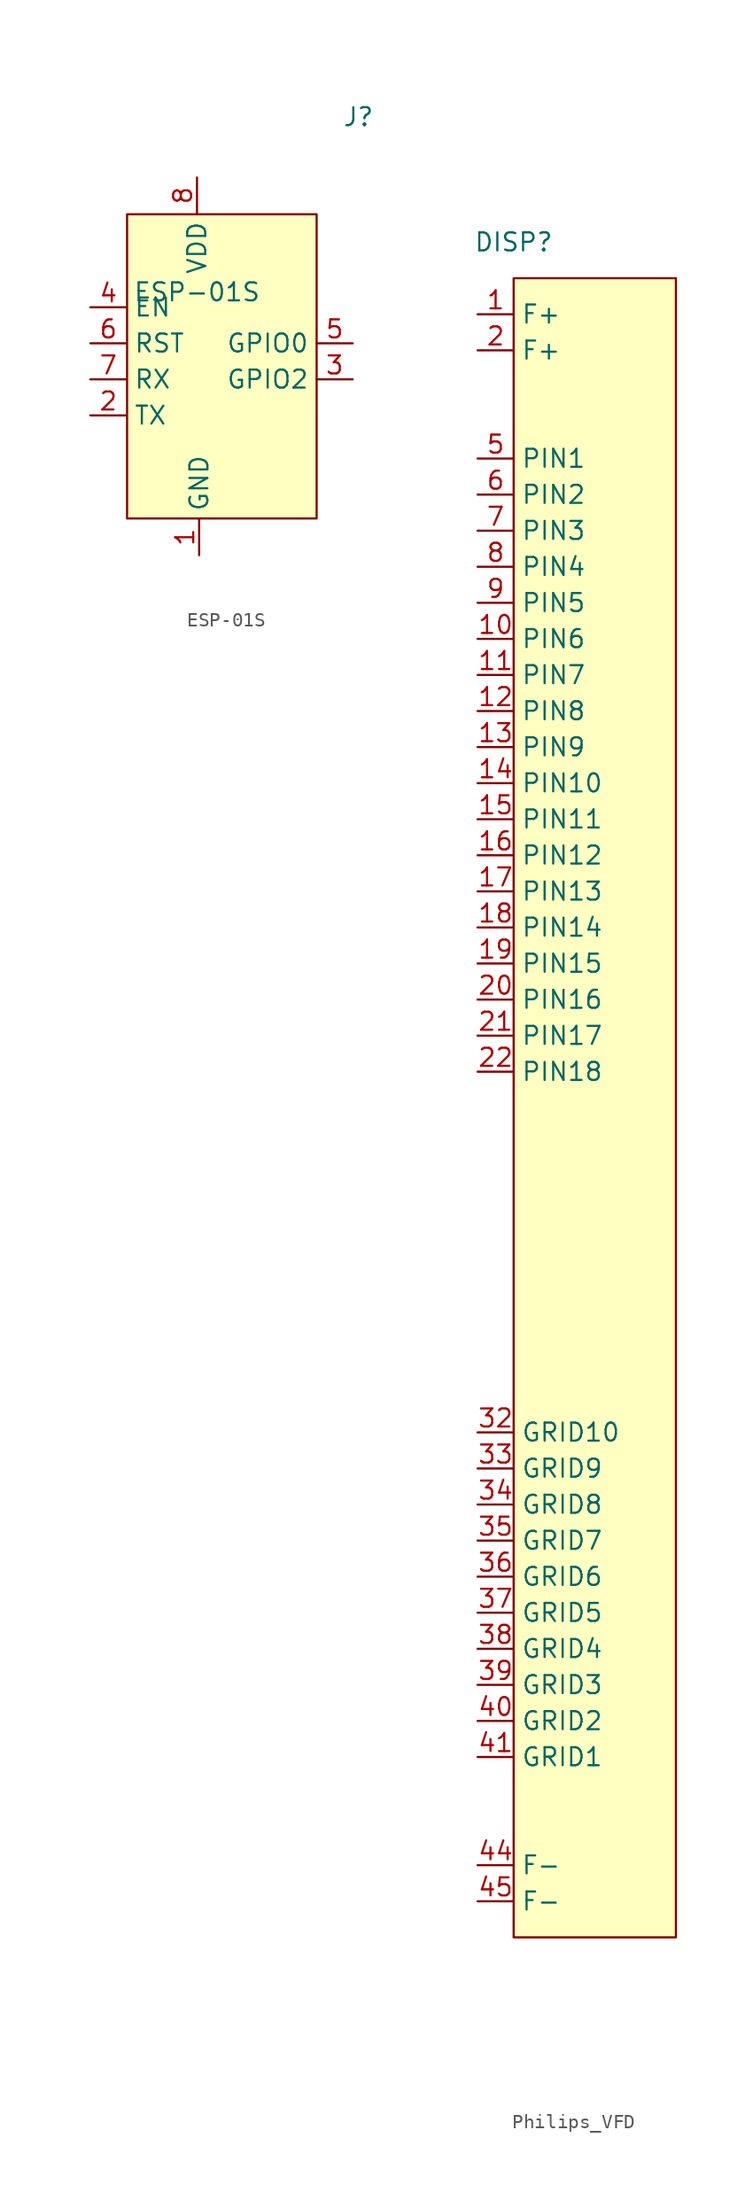
<source format=kicad_sym>
(kicad_symbol_lib
  (version 20231120)
  (generator "kicad_symbol_editor")
  (generator_version "8.0")
  (symbol "ESP-01S"
    (property "Reference" "J"
      (at 11.379 12.344 0)
      (effects (font (size 1.27 1.27))))
    (property "Value" "ESP-01S"
      (at 0 0 0)
      (effects (font (size 1.27 1.27))))
    (symbol "ESP-01S_1_1"
      (rectangle (start -4.928 5.486) (end 8.433 -15.951) (stroke (width 0) (type default)) (fill (type background)))
      (pin input line (at 0.152 -18.542 90) (length 2.54) (name "GND" (effects (font (size 1.27 1.27)))) (number "1" (effects (font (size 1.27 1.27)))))
      (pin input line (at -7.518 -8.687 0) (length 2.54) (name "TX" (effects (font (size 1.27 1.27)))) (number "2" (effects (font (size 1.27 1.27)))))
      (pin input line (at 10.973 -6.147 180) (length 2.54) (name "GPIO2" (effects (font (size 1.27 1.27)))) (number "3" (effects (font (size 1.27 1.27)))))
      (pin input line (at -7.518 -1.067 0) (length 2.54) (name "EN" (effects (font (size 1.27 1.27)))) (number "4" (effects (font (size 1.27 1.27)))))
      (pin input line (at 10.973 -3.607 180) (length 2.54) (name "GPIO0" (effects (font (size 1.27 1.27)))) (number "5" (effects (font (size 1.27 1.27)))))
      (pin input line (at -7.518 -3.607 0) (length 2.54) (name "RST" (effects (font (size 1.27 1.27)))) (number "6" (effects (font (size 1.27 1.27)))))
      (pin input line (at -7.518 -6.147 0) (length 2.54) (name "RX" (effects (font (size 1.27 1.27)))) (number "7" (effects (font (size 1.27 1.27)))))
      (pin input line (at 0 8.077 270) (length 2.54) (name "VDD" (effects (font (size 1.27 1.27)))) (number "8" (effects (font (size 1.27 1.27)))))))
  (symbol "Philips_VFD"
    (property "Reference" "DISP"
      (at 0 2.54 0)
      (effects (font (size 1.27 1.27))))
    (property "Value" ""
      (at 0 0 0)
      (effects (font (size 1.27 1.27))))
    (symbol "Philips_VFD_1_1"
      (rectangle (start 0 0) (end 11.43 -116.84) (stroke (width 0) (type default)) (fill (type background)))
      (pin input line (at -2.54 -2.54 0) (length 2.54) (name "F+" (effects (font (size 1.27 1.27)))) (number "1" (effects (font (size 1.27 1.27)))))
      (pin input line (at -2.54 -25.4 0) (length 2.54) (name "PIN6" (effects (font (size 1.27 1.27)))) (number "10" (effects (font (size 1.27 1.27)))))
      (pin input line (at -2.54 -27.94 0) (length 2.54) (name "PIN7" (effects (font (size 1.27 1.27)))) (number "11" (effects (font (size 1.27 1.27)))))
      (pin input line (at -2.54 -30.48 0) (length 2.54) (name "PIN8" (effects (font (size 1.27 1.27)))) (number "12" (effects (font (size 1.27 1.27)))))
      (pin input line (at -2.54 -33.02 0) (length 2.54) (name "PIN9" (effects (font (size 1.27 1.27)))) (number "13" (effects (font (size 1.27 1.27)))))
      (pin input line (at -2.54 -35.56 0) (length 2.54) (name "PIN10" (effects (font (size 1.27 1.27)))) (number "14" (effects (font (size 1.27 1.27)))))
      (pin input line (at -2.54 -38.1 0) (length 2.54) (name "PIN11" (effects (font (size 1.27 1.27)))) (number "15" (effects (font (size 1.27 1.27)))))
      (pin input line (at -2.54 -40.64 0) (length 2.54) (name "PIN12" (effects (font (size 1.27 1.27)))) (number "16" (effects (font (size 1.27 1.27)))))
      (pin input line (at -2.54 -43.18 0) (length 2.54) (name "PIN13" (effects (font (size 1.27 1.27)))) (number "17" (effects (font (size 1.27 1.27)))))
      (pin input line (at -2.54 -45.72 0) (length 2.54) (name "PIN14" (effects (font (size 1.27 1.27)))) (number "18" (effects (font (size 1.27 1.27)))))
      (pin input line (at -2.54 -48.26 0) (length 2.54) (name "PIN15" (effects (font (size 1.27 1.27)))) (number "19" (effects (font (size 1.27 1.27)))))
      (pin input line (at -2.54 -5.08 0) (length 2.54) (name "F+" (effects (font (size 1.27 1.27)))) (number "2" (effects (font (size 1.27 1.27)))))
      (pin input line (at -2.54 -50.8 0) (length 2.54) (name "PIN16" (effects (font (size 1.27 1.27)))) (number "20" (effects (font (size 1.27 1.27)))))
      (pin input line (at -2.54 -53.34 0) (length 2.54) (name "PIN17" (effects (font (size 1.27 1.27)))) (number "21" (effects (font (size 1.27 1.27)))))
      (pin input line (at -2.54 -55.88 0) (length 2.54) (name "PIN18" (effects (font (size 1.27 1.27)))) (number "22" (effects (font (size 1.27 1.27)))))
      (pin no_connect line (at -2.54 -58.42 0) (length 2.54) hide (name "NC" (effects (font (size 1.27 1.27)))) (number "23" (effects (font (size 1.27 1.27)))))
      (pin no_connect line (at -2.54 -60.96 0) (length 2.54) hide (name "NC" (effects (font (size 1.27 1.27)))) (number "24" (effects (font (size 1.27 1.27)))))
      (pin no_connect line (at -2.54 -63.5 0) (length 2.54) hide (name "NC" (effects (font (size 1.27 1.27)))) (number "25" (effects (font (size 1.27 1.27)))))
      (pin no_connect line (at -2.54 -66.04 0) (length 2.54) hide (name "NC" (effects (font (size 1.27 1.27)))) (number "26" (effects (font (size 1.27 1.27)))))
      (pin no_connect line (at -2.54 -68.58 0) (length 2.54) hide (name "NC" (effects (font (size 1.27 1.27)))) (number "27" (effects (font (size 1.27 1.27)))))
      (pin no_connect line (at -2.54 -71.12 0) (length 2.54) hide (name "NC" (effects (font (size 1.27 1.27)))) (number "28" (effects (font (size 1.27 1.27)))))
      (pin no_connect line (at -2.54 -73.66 0) (length 2.54) hide (name "NC" (effects (font (size 1.27 1.27)))) (number "29" (effects (font (size 1.27 1.27)))))
      (pin no_connect line (at -2.54 -7.62 0) (length 2.54) hide (name "NC" (effects (font (size 1.27 1.27)))) (number "3" (effects (font (size 1.27 1.27)))))
      (pin no_connect line (at -2.54 -76.2 0) (length 2.54) hide (name "NC" (effects (font (size 1.27 1.27)))) (number "30" (effects (font (size 1.27 1.27)))))
      (pin no_connect line (at -2.54 -78.74 0) (length 2.54) hide (name "NC" (effects (font (size 1.27 1.27)))) (number "31" (effects (font (size 1.27 1.27)))))
      (pin input line (at -2.54 -81.28 0) (length 2.54) (name "GRID10" (effects (font (size 1.27 1.27)))) (number "32" (effects (font (size 1.27 1.27)))))
      (pin input line (at -2.54 -83.82 0) (length 2.54) (name "GRID9" (effects (font (size 1.27 1.27)))) (number "33" (effects (font (size 1.27 1.27)))))
      (pin input line (at -2.54 -86.36 0) (length 2.54) (name "GRID8" (effects (font (size 1.27 1.27)))) (number "34" (effects (font (size 1.27 1.27)))))
      (pin input line (at -2.54 -88.9 0) (length 2.54) (name "GRID7" (effects (font (size 1.27 1.27)))) (number "35" (effects (font (size 1.27 1.27)))))
      (pin input line (at -2.54 -91.44 0) (length 2.54) (name "GRID6" (effects (font (size 1.27 1.27)))) (number "36" (effects (font (size 1.27 1.27)))))
      (pin input line (at -2.54 -93.98 0) (length 2.54) (name "GRID5" (effects (font (size 1.27 1.27)))) (number "37" (effects (font (size 1.27 1.27)))))
      (pin input line (at -2.54 -96.52 0) (length 2.54) (name "GRID4" (effects (font (size 1.27 1.27)))) (number "38" (effects (font (size 1.27 1.27)))))
      (pin input line (at -2.54 -99.06 0) (length 2.54) (name "GRID3" (effects (font (size 1.27 1.27)))) (number "39" (effects (font (size 1.27 1.27)))))
      (pin no_connect line (at -2.54 -10.16 0) (length 2.54) hide (name "NC" (effects (font (size 1.27 1.27)))) (number "4" (effects (font (size 1.27 1.27)))))
      (pin input line (at -2.54 -101.6 0) (length 2.54) (name "GRID2" (effects (font (size 1.27 1.27)))) (number "40" (effects (font (size 1.27 1.27)))))
      (pin input line (at -2.54 -104.14 0) (length 2.54) (name "GRID1" (effects (font (size 1.27 1.27)))) (number "41" (effects (font (size 1.27 1.27)))))
      (pin no_connect line (at -2.54 -106.68 0) (length 2.54) hide (name "NC" (effects (font (size 1.27 1.27)))) (number "42" (effects (font (size 1.27 1.27)))))
      (pin no_connect line (at -2.54 -109.22 0) (length 2.54) hide (name "NC" (effects (font (size 1.27 1.27)))) (number "43" (effects (font (size 1.27 1.27)))))
      (pin input line (at -2.54 -111.76 0) (length 2.54) (name "F-" (effects (font (size 1.27 1.27)))) (number "44" (effects (font (size 1.27 1.27)))))
      (pin input line (at -2.54 -114.3 0) (length 2.54) (name "F-" (effects (font (size 1.27 1.27)))) (number "45" (effects (font (size 1.27 1.27)))))
      (pin input line (at -2.54 -12.7 0) (length 2.54) (name "PIN1" (effects (font (size 1.27 1.27)))) (number "5" (effects (font (size 1.27 1.27)))))
      (pin input line (at -2.54 -15.24 0) (length 2.54) (name "PIN2" (effects (font (size 1.27 1.27)))) (number "6" (effects (font (size 1.27 1.27)))))
      (pin input line (at -2.54 -17.78 0) (length 2.54) (name "PIN3" (effects (font (size 1.27 1.27)))) (number "7" (effects (font (size 1.27 1.27)))))
      (pin input line (at -2.54 -20.32 0) (length 2.54) (name "PIN4" (effects (font (size 1.27 1.27)))) (number "8" (effects (font (size 1.27 1.27)))))
      (pin input line (at -2.54 -22.86 0) (length 2.54) (name "PIN5" (effects (font (size 1.27 1.27)))) (number "9" (effects (font (size 1.27 1.27))))))))
</source>
